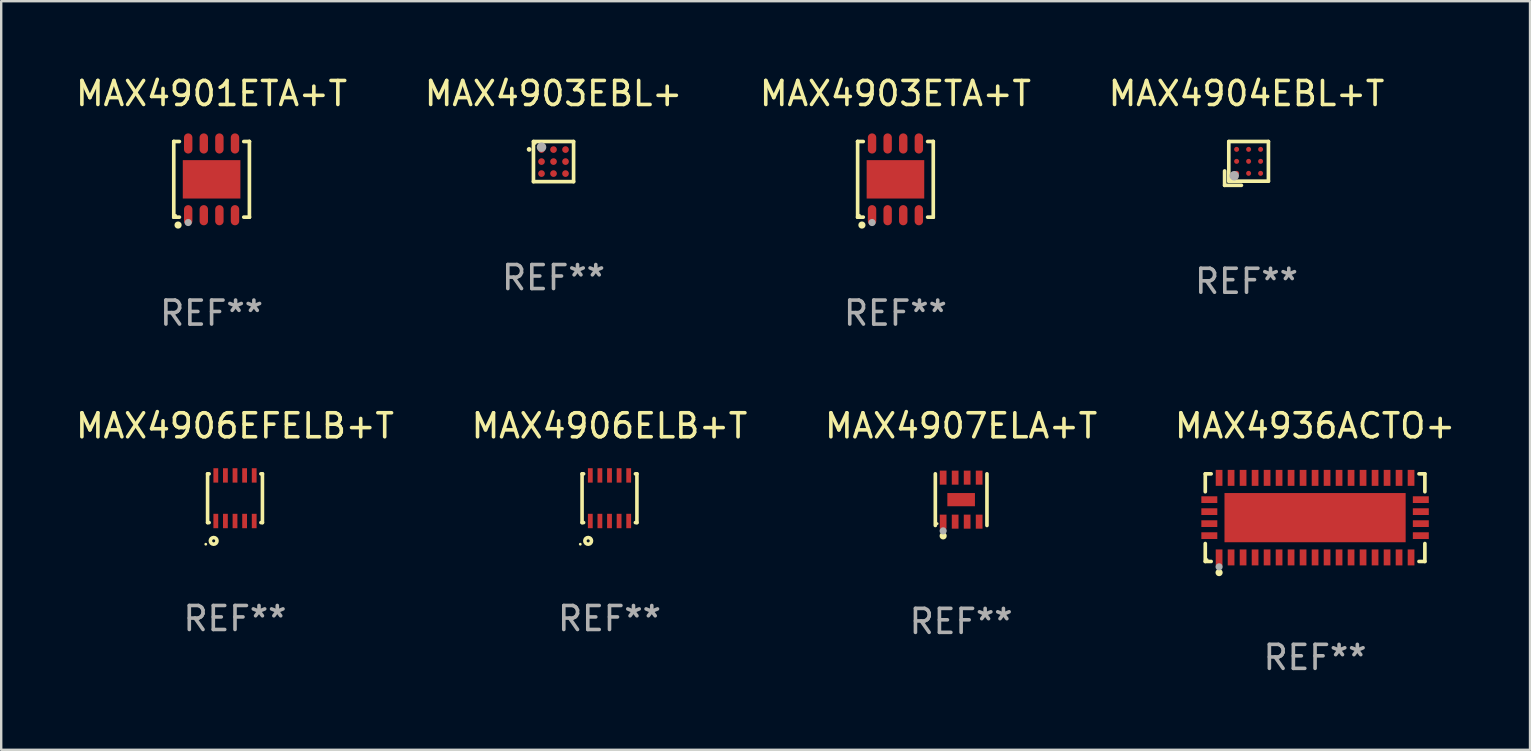
<source format=kicad_pcb>
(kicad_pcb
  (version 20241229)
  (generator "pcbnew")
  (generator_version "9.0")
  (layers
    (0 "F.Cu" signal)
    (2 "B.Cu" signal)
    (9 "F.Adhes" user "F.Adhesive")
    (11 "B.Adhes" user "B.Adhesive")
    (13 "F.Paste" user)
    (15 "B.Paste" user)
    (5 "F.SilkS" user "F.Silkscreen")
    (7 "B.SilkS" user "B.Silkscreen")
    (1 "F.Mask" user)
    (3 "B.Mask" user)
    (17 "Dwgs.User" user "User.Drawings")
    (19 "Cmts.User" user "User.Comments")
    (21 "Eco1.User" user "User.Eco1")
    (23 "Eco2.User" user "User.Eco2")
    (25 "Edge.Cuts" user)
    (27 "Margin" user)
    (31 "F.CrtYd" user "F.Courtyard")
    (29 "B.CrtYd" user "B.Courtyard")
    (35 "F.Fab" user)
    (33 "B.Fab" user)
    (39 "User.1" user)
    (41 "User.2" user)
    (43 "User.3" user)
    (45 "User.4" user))
  (footprint "MAX4901ETA+T"
    (layer "F.Cu")
    (at 5.768 4.424)
    (property "Reference" "MAX4901ETA+T" (at 0 -3.576 0) (layer "F.SilkS") (effects (font (size 1 1) (thickness 0.15))))
    (attr through_hole)
    (fp_line (start -1.576 -1.576) (end -1.576 -1.576) (stroke (width 0.152) (type solid)) (layer "F.SilkS"))
    (fp_line (start -1.576 -1.576) (end -1.341 -1.576) (stroke (width 0.152) (type solid)) (layer "F.SilkS"))
    (fp_line (start -1.576 1.576) (end -1.576 -1.576) (stroke (width 0.152) (type solid)) (layer "F.SilkS"))
    (fp_line (start -1.576 1.576) (end -1.576 1.576) (stroke (width 0.152) (type solid)) (layer "F.SilkS"))
    (fp_line (start -1.341 1.576) (end -1.576 1.576) (stroke (width 0.152) (type solid)) (layer "F.SilkS"))
    (fp_line (start 1.341 1.576) (end 1.576 1.576) (stroke (width 0.152) (type solid)) (layer "F.SilkS"))
    (fp_line (start 1.576 -1.576) (end 1.341 -1.576) (stroke (width 0.152) (type solid)) (layer "F.SilkS"))
    (fp_line (start 1.576 -1.576) (end 1.576 -1.576) (stroke (width 0.152) (type solid)) (layer "F.SilkS"))
    (fp_line (start 1.576 1.576) (end 1.576 -1.576) (stroke (width 0.152) (type solid)) (layer "F.SilkS"))
    (fp_line (start 1.576 1.576) (end 1.576 1.576) (stroke (width 0.152) (type solid)) (layer "F.SilkS"))
    (fp_circle (center -1.5 1.5) (end -1.47 1.5) (stroke (width 0.06) (type solid)) (fill no) (layer "F.SilkS"))
    (fp_circle (center -1.397 1.905) (end -1.322 1.905) (stroke (width 0.15) (type solid)) (fill no) (layer "F.SilkS"))
    (fp_circle (center -0.975 1.8) (end -0.9 1.8) (stroke (width 0.15) (type solid)) (fill no) (layer "F.Fab"))
    (fp_text user "REF**" (at 0 5.576 0) (layer "F.Fab") (effects (font (size 1 1) (thickness 0.15))))
    (pad "1" smd oval (at -0.975 1.495) (size 0.35 0.84) (layers "F.Cu" "F.Mask" "F.Paste"))
    (pad "2" smd oval (at -0.325 1.495) (size 0.35 0.84) (layers "F.Cu" "F.Mask" "F.Paste"))
    (pad "3" smd oval (at 0.325 1.495) (size 0.35 0.84) (layers "F.Cu" "F.Mask" "F.Paste"))
    (pad "4" smd oval (at 0.975 1.495) (size 0.35 0.84) (layers "F.Cu" "F.Mask" "F.Paste"))
    (pad "5" smd oval (at 0.975 -1.495) (size 0.35 0.84) (layers "F.Cu" "F.Mask" "F.Paste"))
    (pad "6" smd oval (at 0.325 -1.495) (size 0.35 0.84) (layers "F.Cu" "F.Mask" "F.Paste"))
    (pad "7" smd oval (at -0.325 -1.495) (size 0.35 0.84) (layers "F.Cu" "F.Mask" "F.Paste"))
    (pad "8" smd oval (at -0.975 -1.495) (size 0.35 0.84) (layers "F.Cu" "F.Mask" "F.Paste"))
    (pad "9" smd rect (at 0 0) (size 2.4 1.6) (layers "F.Cu" "F.Mask" "F.Paste")))
  (footprint "MAX4904EBL+T"
    (layer "F.Cu")
    (at 48.899 3.761)
    (property "Reference" "MAX4904EBL+T" (at 0 -2.913 0) (layer "F.SilkS") (effects (font (size 1 1) (thickness 0.15))))
    (attr through_hole)
    (fp_line (start -0.913 0.313) (end -0.913 0.913) (stroke (width 0.152) (type solid)) (layer "F.SilkS"))
    (fp_line (start -0.913 0.913) (end -0.213 0.913) (stroke (width 0.152) (type solid)) (layer "F.SilkS"))
    (fp_line (start -0.739 -0.913) (end 0.913 -0.913) (stroke (width 0.152) (type solid)) (layer "F.SilkS"))
    (fp_line (start -0.739 0.739) (end -0.739 -0.913) (stroke (width 0.152) (type solid)) (layer "F.SilkS"))
    (fp_line (start 0.913 -0.913) (end 0.913 0.739) (stroke (width 0.152) (type solid)) (layer "F.SilkS"))
    (fp_line (start 0.913 0.739) (end -0.739 0.739) (stroke (width 0.152) (type solid)) (layer "F.SilkS"))
    (fp_circle (center -0.663 0.663) (end -0.633 0.663) (stroke (width 0.06) (type solid)) (fill no) (layer "F.SilkS"))
    (fp_circle (center -0.513 0.513) (end -0.413 0.513) (stroke (width 0.2) (type solid)) (fill no) (layer "F.Fab"))
    (fp_text user "REF**" (at 0 4.913 0) (layer "F.Fab") (effects (font (size 1 1) (thickness 0.15))))
    (pad "A1" smd circle (at -0.413 0.413) (size 0.208 0.208) (layers "F.Cu" "F.Mask" "F.Paste"))
    (pad "A2" smd circle (at -0.413 -0.087) (size 0.208 0.208) (layers "F.Cu" "F.Mask" "F.Paste"))
    (pad "A3" smd circle (at -0.413 -0.587) (size 0.208 0.208) (layers "F.Cu" "F.Mask" "F.Paste"))
    (pad "B1" smd circle (at 0.087 0.413) (size 0.208 0.208) (layers "F.Cu" "F.Mask" "F.Paste"))
    (pad "B2" smd circle (at 0.087 -0.087) (size 0.208 0.208) (layers "F.Cu" "F.Mask" "F.Paste"))
    (pad "B3" smd circle (at 0.087 -0.587) (size 0.208 0.208) (layers "F.Cu" "F.Mask" "F.Paste"))
    (pad "C1" smd circle (at 0.587 0.413) (size 0.208 0.208) (layers "F.Cu" "F.Mask" "F.Paste"))
    (pad "C2" smd circle (at 0.587 -0.087) (size 0.208 0.208) (layers "F.Cu" "F.Mask" "F.Paste"))
    (pad "C3" smd circle (at 0.587 -0.587) (size 0.208 0.208) (layers "F.Cu" "F.Mask" "F.Paste")))
  (footprint "MAX4907ELA+T"
    (layer "F.Cu")
    (at 37.006 17.773)
    (property "Reference" "MAX4907ELA+T" (at 0 -3.076 0) (layer "F.SilkS") (effects (font (size 1 1) (thickness 0.15))))
    (attr through_hole)
    (fp_line (start -1.076 1.076) (end -1.076 -1.076) (stroke (width 0.152) (type solid)) (layer "F.SilkS"))
    (fp_line (start 1.076 1.076) (end 1.076 -1.076) (stroke (width 0.152) (type solid)) (layer "F.SilkS"))
    (fp_circle (center -1 1) (end -0.97 1) (stroke (width 0.06) (type solid)) (fill no) (layer "F.SilkS"))
    (fp_circle (center -0.75 1.51) (end -0.675 1.51) (stroke (width 0.15) (type solid)) (fill no) (layer "F.SilkS"))
    (fp_circle (center -0.75 1.3) (end -0.675 1.3) (stroke (width 0.15) (type solid)) (fill no) (layer "F.Fab"))
    (fp_text user "REF**" (at 0 5.076 0) (layer "F.Fab") (effects (font (size 1 1) (thickness 0.15))))
    (pad "1" smd rect (at -0.75 0.917) (size 0.28 0.585) (layers "F.Cu" "F.Mask" "F.Paste"))
    (pad "2" smd rect (at -0.25 0.917) (size 0.28 0.585) (layers "F.Cu" "F.Mask" "F.Paste"))
    (pad "3" smd rect (at 0.25 0.917) (size 0.28 0.585) (layers "F.Cu" "F.Mask" "F.Paste"))
    (pad "4" smd rect (at 0.75 0.917) (size 0.28 0.585) (layers "F.Cu" "F.Mask" "F.Paste"))
    (pad "5" smd rect (at 0.75 -0.917) (size 0.28 0.585) (layers "F.Cu" "F.Mask" "F.Paste"))
    (pad "6" smd rect (at 0.25 -0.917) (size 0.28 0.585) (layers "F.Cu" "F.Mask" "F.Paste"))
    (pad "7" smd rect (at -0.25 -0.917) (size 0.28 0.585) (layers "F.Cu" "F.Mask" "F.Paste"))
    (pad "8" smd rect (at -0.75 -0.917) (size 0.28 0.585) (layers "F.Cu" "F.Mask" "F.Paste"))
    (pad "9" smd rect (at 0 0) (size 1.15 0.55) (layers "F.Cu" "F.Mask" "F.Paste")))
  (footprint "MAX4903EBL+"
    (layer "F.Cu")
    (at 20.018 3.684)
    (property "Reference" "MAX4903EBL+" (at 0 -2.836 0) (layer "F.SilkS") (effects (font (size 1 1) (thickness 0.15))))
    (attr through_hole)
    (fp_line (start -0.836 -0.836) (end 0.836 -0.836) (stroke (width 0.152) (type solid)) (layer "F.SilkS"))
    (fp_line (start -0.836 0.836) (end -0.836 -0.836) (stroke (width 0.152) (type solid)) (layer "F.SilkS"))
    (fp_line (start 0.836 -0.836) (end 0.836 0.836) (stroke (width 0.152) (type solid)) (layer "F.SilkS"))
    (fp_line (start 0.836 0.836) (end -0.836 0.836) (stroke (width 0.152) (type solid)) (layer "F.SilkS"))
    (fp_circle (center -1.016 -0.508) (end -0.966 -0.508) (stroke (width 0.1) (type solid)) (fill no) (layer "F.SilkS"))
    (fp_circle (center -0.76 -0.76) (end -0.73 -0.76) (stroke (width 0.06) (type solid)) (fill no) (layer "F.SilkS"))
    (fp_circle (center -0.5 -0.6) (end -0.4 -0.6) (stroke (width 0.2) (type solid)) (fill no) (layer "F.Fab"))
    (fp_text user "REF**" (at 0 4.836 0) (layer "F.Fab") (effects (font (size 1 1) (thickness 0.15))))
    (pad "A1" smd circle (at -0.5 -0.5) (size 0.28 0.28) (layers "F.Cu" "F.Mask" "F.Paste"))
    (pad "A2" smd circle (at 0 -0.5) (size 0.28 0.28) (layers "F.Cu" "F.Mask" "F.Paste"))
    (pad "A3" smd circle (at 0.5 -0.5) (size 0.28 0.28) (layers "F.Cu" "F.Mask" "F.Paste"))
    (pad "B1" smd circle (at -0.5 0) (size 0.28 0.28) (layers "F.Cu" "F.Mask" "F.Paste"))
    (pad "B2" smd circle (at 0 0) (size 0.28 0.28) (layers "F.Cu" "F.Mask" "F.Paste"))
    (pad "B3" smd circle (at 0.5 0) (size 0.28 0.28) (layers "F.Cu" "F.Mask" "F.Paste"))
    (pad "C1" smd circle (at -0.5 0.5) (size 0.28 0.28) (layers "F.Cu" "F.Mask" "F.Paste"))
    (pad "C2" smd circle (at 0 0.5) (size 0.28 0.28) (layers "F.Cu" "F.Mask" "F.Paste"))
    (pad "C3" smd circle (at 0.5 0.5) (size 0.28 0.28) (layers "F.Cu" "F.Mask" "F.Paste")))
  (footprint "MAX4903ETA+T"
    (layer "F.Cu")
    (at 34.268 4.424)
    (property "Reference" "MAX4903ETA+T" (at 0 -3.576 0) (layer "F.SilkS") (effects (font (size 1 1) (thickness 0.15))))
    (attr through_hole)
    (fp_line (start -1.576 -1.576) (end -1.576 -1.576) (stroke (width 0.152) (type solid)) (layer "F.SilkS"))
    (fp_line (start -1.576 -1.576) (end -1.341 -1.576) (stroke (width 0.152) (type solid)) (layer "F.SilkS"))
    (fp_line (start -1.576 1.576) (end -1.576 -1.576) (stroke (width 0.152) (type solid)) (layer "F.SilkS"))
    (fp_line (start -1.576 1.576) (end -1.576 1.576) (stroke (width 0.152) (type solid)) (layer "F.SilkS"))
    (fp_line (start -1.341 1.576) (end -1.576 1.576) (stroke (width 0.152) (type solid)) (layer "F.SilkS"))
    (fp_line (start 1.341 1.576) (end 1.576 1.576) (stroke (width 0.152) (type solid)) (layer "F.SilkS"))
    (fp_line (start 1.576 -1.576) (end 1.341 -1.576) (stroke (width 0.152) (type solid)) (layer "F.SilkS"))
    (fp_line (start 1.576 -1.576) (end 1.576 -1.576) (stroke (width 0.152) (type solid)) (layer "F.SilkS"))
    (fp_line (start 1.576 1.576) (end 1.576 -1.576) (stroke (width 0.152) (type solid)) (layer "F.SilkS"))
    (fp_line (start 1.576 1.576) (end 1.576 1.576) (stroke (width 0.152) (type solid)) (layer "F.SilkS"))
    (fp_circle (center -1.5 1.5) (end -1.47 1.5) (stroke (width 0.06) (type solid)) (fill no) (layer "F.SilkS"))
    (fp_circle (center -1.397 1.905) (end -1.322 1.905) (stroke (width 0.15) (type solid)) (fill no) (layer "F.SilkS"))
    (fp_circle (center -0.975 1.8) (end -0.9 1.8) (stroke (width 0.15) (type solid)) (fill no) (layer "F.Fab"))
    (fp_text user "REF**" (at 0 5.576 0) (layer "F.Fab") (effects (font (size 1 1) (thickness 0.15))))
    (pad "1" smd oval (at -0.975 1.495) (size 0.35 0.84) (layers "F.Cu" "F.Mask" "F.Paste"))
    (pad "2" smd oval (at -0.325 1.495) (size 0.35 0.84) (layers "F.Cu" "F.Mask" "F.Paste"))
    (pad "3" smd oval (at 0.325 1.495) (size 0.35 0.84) (layers "F.Cu" "F.Mask" "F.Paste"))
    (pad "4" smd oval (at 0.975 1.495) (size 0.35 0.84) (layers "F.Cu" "F.Mask" "F.Paste"))
    (pad "5" smd oval (at 0.975 -1.495) (size 0.35 0.84) (layers "F.Cu" "F.Mask" "F.Paste"))
    (pad "6" smd oval (at 0.325 -1.495) (size 0.35 0.84) (layers "F.Cu" "F.Mask" "F.Paste"))
    (pad "7" smd oval (at -0.325 -1.495) (size 0.35 0.84) (layers "F.Cu" "F.Mask" "F.Paste"))
    (pad "8" smd oval (at -0.975 -1.495) (size 0.35 0.84) (layers "F.Cu" "F.Mask" "F.Paste"))
    (pad "9" smd rect (at 0 0) (size 2.4 1.6) (layers "F.Cu" "F.Mask" "F.Paste")))
  (footprint "MAX4906ELB+T"
    (layer "F.Cu")
    (at 22.351 17.713)
    (property "Reference" "MAX4906ELB+T" (at 0 -3.016 0) (layer "F.SilkS") (effects (font (size 1 1) (thickness 0.15))))
    (attr through_hole)
    (fp_line (start -1.143 -1.016) (end -1.143 1.016) (stroke (width 0.15) (type solid)) (layer "F.SilkS"))
    (fp_line (start -1.143 1.016) (end -1.079 1.016) (stroke (width 0.15) (type solid)) (layer "F.SilkS"))
    (fp_line (start -1.079 -1.016) (end -1.143 -1.016) (stroke (width 0.15) (type solid)) (layer "F.SilkS"))
    (fp_line (start 1.079 1.016) (end 1.143 1.016) (stroke (width 0.15) (type solid)) (layer "F.SilkS"))
    (fp_line (start 1.143 -1.016) (end 1.079 -1.016) (stroke (width 0.15) (type solid)) (layer "F.SilkS"))
    (fp_line (start 1.143 1.016) (end 1.143 -1.016) (stroke (width 0.15) (type solid)) (layer "F.SilkS"))
    (fp_circle (center -1.218 1.917) (end -1.188 1.917) (stroke (width 0.06) (type solid)) (fill no) (layer "F.SilkS"))
    (fp_circle (center -0.889 1.778) (end -0.825 1.778) (stroke (width 0.15) (type solid)) (fill no) (layer "F.SilkS"))
    (fp_text user "REF**" (at 0 5.016 0) (layer "F.Fab") (effects (font (size 1 1) (thickness 0.15))))
    (pad "1" smd rect (at -0.8 0.95) (size 0.2 0.6) (layers "F.Cu" "F.Mask" "F.Paste"))
    (pad "2" smd rect (at -0.4 0.95) (size 0.2 0.6) (layers "F.Cu" "F.Mask" "F.Paste"))
    (pad "3" smd rect (at 0.000127 0.95) (size 0.2 0.6) (layers "F.Cu" "F.Mask" "F.Paste"))
    (pad "4" smd rect (at 0.4 0.95) (size 0.2 0.6) (layers "F.Cu" "F.Mask" "F.Paste"))
    (pad "5" smd rect (at 0.8 0.95) (size 0.2 0.6) (layers "F.Cu" "F.Mask" "F.Paste"))
    (pad "6" smd rect (at 0.8 -0.95) (size 0.2 0.6) (layers "F.Cu" "F.Mask" "F.Paste"))
    (pad "7" smd rect (at 0.4 -0.95) (size 0.2 0.6) (layers "F.Cu" "F.Mask" "F.Paste"))
    (pad "8" smd rect (at 0.000127 -0.95) (size 0.2 0.6) (layers "F.Cu" "F.Mask" "F.Paste"))
    (pad "9" smd rect (at -0.4 -0.95) (size 0.2 0.6) (layers "F.Cu" "F.Mask" "F.Paste"))
    (pad "10" smd rect (at -0.8 -0.95) (size 0.2 0.6) (layers "F.Cu" "F.Mask" "F.Paste")))
  (footprint "MAX4906EFELB+T"
    (layer "F.Cu")
    (at 6.744 17.713)
    (property "Reference" "MAX4906EFELB+T" (at 0 -3.016 0) (layer "F.SilkS") (effects (font (size 1 1) (thickness 0.15))))
    (attr through_hole)
    (fp_line (start -1.143 -1.016) (end -1.143 1.016) (stroke (width 0.15) (type solid)) (layer "F.SilkS"))
    (fp_line (start -1.143 1.016) (end -1.079 1.016) (stroke (width 0.15) (type solid)) (layer "F.SilkS"))
    (fp_line (start -1.079 -1.016) (end -1.143 -1.016) (stroke (width 0.15) (type solid)) (layer "F.SilkS"))
    (fp_line (start 1.079 1.016) (end 1.143 1.016) (stroke (width 0.15) (type solid)) (layer "F.SilkS"))
    (fp_line (start 1.143 -1.016) (end 1.079 -1.016) (stroke (width 0.15) (type solid)) (layer "F.SilkS"))
    (fp_line (start 1.143 1.016) (end 1.143 -1.016) (stroke (width 0.15) (type solid)) (layer "F.SilkS"))
    (fp_circle (center -1.218 1.917) (end -1.188 1.917) (stroke (width 0.06) (type solid)) (fill no) (layer "F.SilkS"))
    (fp_circle (center -0.889 1.778) (end -0.825 1.778) (stroke (width 0.15) (type solid)) (fill no) (layer "F.SilkS"))
    (fp_text user "REF**" (at 0 5.016 0) (layer "F.Fab") (effects (font (size 1 1) (thickness 0.15))))
    (pad "1" smd rect (at -0.8 0.95) (size 0.2 0.6) (layers "F.Cu" "F.Mask" "F.Paste"))
    (pad "2" smd rect (at -0.4 0.95) (size 0.2 0.6) (layers "F.Cu" "F.Mask" "F.Paste"))
    (pad "3" smd rect (at 0.000127 0.95) (size 0.2 0.6) (layers "F.Cu" "F.Mask" "F.Paste"))
    (pad "4" smd rect (at 0.4 0.95) (size 0.2 0.6) (layers "F.Cu" "F.Mask" "F.Paste"))
    (pad "5" smd rect (at 0.8 0.95) (size 0.2 0.6) (layers "F.Cu" "F.Mask" "F.Paste"))
    (pad "6" smd rect (at 0.8 -0.95) (size 0.2 0.6) (layers "F.Cu" "F.Mask" "F.Paste"))
    (pad "7" smd rect (at 0.4 -0.95) (size 0.2 0.6) (layers "F.Cu" "F.Mask" "F.Paste"))
    (pad "8" smd rect (at 0.000127 -0.95) (size 0.2 0.6) (layers "F.Cu" "F.Mask" "F.Paste"))
    (pad "9" smd rect (at -0.4 -0.95) (size 0.2 0.6) (layers "F.Cu" "F.Mask" "F.Paste"))
    (pad "10" smd rect (at -0.8 -0.95) (size 0.2 0.6) (layers "F.Cu" "F.Mask" "F.Paste")))
  (footprint "MAX4936ACTO+"
    (layer "F.Cu")
    (at 51.756 18.523)
    (property "Reference" "MAX4936ACTO+" (at 0 -3.826 0) (layer "F.SilkS") (effects (font (size 1 1) (thickness 0.15))))
    (attr through_hole)
    (fp_line (start -4.576 -1.826) (end -4.331 -1.826) (stroke (width 0.152) (type solid)) (layer "F.SilkS"))
    (fp_line (start -4.576 -1.08) (end -4.576 -1.826) (stroke (width 0.152) (type solid)) (layer "F.SilkS"))
    (fp_line (start -4.576 1.08) (end -4.576 1.826) (stroke (width 0.152) (type solid)) (layer "F.SilkS"))
    (fp_line (start -4.576 1.826) (end -4.331 1.826) (stroke (width 0.152) (type solid)) (layer "F.SilkS"))
    (fp_line (start 4.576 -1.826) (end 4.331 -1.826) (stroke (width 0.152) (type solid)) (layer "F.SilkS"))
    (fp_line (start 4.576 -1.08) (end 4.576 -1.826) (stroke (width 0.152) (type solid)) (layer "F.SilkS"))
    (fp_line (start 4.576 1.08) (end 4.576 1.826) (stroke (width 0.152) (type solid)) (layer "F.SilkS"))
    (fp_line (start 4.576 1.826) (end 4.331 1.826) (stroke (width 0.152) (type solid)) (layer "F.SilkS"))
    (fp_circle (center -4.5 1.75) (end -4.47 1.75) (stroke (width 0.06) (type solid)) (fill no) (layer "F.SilkS"))
    (fp_circle (center -4 2.29) (end -3.925 2.29) (stroke (width 0.15) (type solid)) (fill no) (layer "F.SilkS"))
    (fp_circle (center -4 2.05) (end -3.925 2.05) (stroke (width 0.15) (type solid)) (fill no) (layer "F.Fab"))
    (fp_text user "REF**" (at 0 5.826 0) (layer "F.Fab") (effects (font (size 1 1) (thickness 0.15))))
    (pad "1" smd rect (at -4 1.658) (size 0.28 0.665) (layers "F.Cu" "F.Mask" "F.Paste"))
    (pad "2" smd rect (at -3.5 1.658) (size 0.28 0.665) (layers "F.Cu" "F.Mask" "F.Paste"))
    (pad "3" smd rect (at -3 1.658) (size 0.28 0.665) (layers "F.Cu" "F.Mask" "F.Paste"))
    (pad "4" smd rect (at -2.5 1.658) (size 0.28 0.665) (layers "F.Cu" "F.Mask" "F.Paste"))
    (pad "5" smd rect (at -2 1.658) (size 0.28 0.665) (layers "F.Cu" "F.Mask" "F.Paste"))
    (pad "6" smd rect (at -1.5 1.658) (size 0.28 0.665) (layers "F.Cu" "F.Mask" "F.Paste"))
    (pad "7" smd rect (at -1 1.658) (size 0.28 0.665) (layers "F.Cu" "F.Mask" "F.Paste"))
    (pad "8" smd rect (at -0.5 1.658) (size 0.28 0.665) (layers "F.Cu" "F.Mask" "F.Paste"))
    (pad "9" smd rect (at 0 1.658) (size 0.28 0.665) (layers "F.Cu" "F.Mask" "F.Paste"))
    (pad "10" smd rect (at 0.5 1.658) (size 0.28 0.665) (layers "F.Cu" "F.Mask" "F.Paste"))
    (pad "11" smd rect (at 1 1.658) (size 0.28 0.665) (layers "F.Cu" "F.Mask" "F.Paste"))
    (pad "12" smd rect (at 1.5 1.658) (size 0.28 0.665) (layers "F.Cu" "F.Mask" "F.Paste"))
    (pad "13" smd rect (at 2 1.658) (size 0.28 0.665) (layers "F.Cu" "F.Mask" "F.Paste"))
    (pad "14" smd rect (at 2.5 1.658) (size 0.28 0.665) (layers "F.Cu" "F.Mask" "F.Paste"))
    (pad "15" smd rect (at 3 1.658) (size 0.28 0.665) (layers "F.Cu" "F.Mask" "F.Paste"))
    (pad "16" smd rect (at 3.5 1.658) (size 0.28 0.665) (layers "F.Cu" "F.Mask" "F.Paste"))
    (pad "17" smd rect (at 4 1.658) (size 0.28 0.665) (layers "F.Cu" "F.Mask" "F.Paste"))
    (pad "18" smd rect (at 4.407 0.75) (size 0.665 0.28) (layers "F.Cu" "F.Mask" "F.Paste"))
    (pad "19" smd rect (at 4.407 0.25) (size 0.665 0.28) (layers "F.Cu" "F.Mask" "F.Paste"))
    (pad "20" smd rect (at 4.407 -0.25) (size 0.665 0.28) (layers "F.Cu" "F.Mask" "F.Paste"))
    (pad "21" smd rect (at 4.407 -0.75) (size 0.665 0.28) (layers "F.Cu" "F.Mask" "F.Paste"))
    (pad "22" smd rect (at 4 -1.658) (size 0.28 0.665) (layers "F.Cu" "F.Mask" "F.Paste"))
    (pad "23" smd rect (at 3.5 -1.658) (size 0.28 0.665) (layers "F.Cu" "F.Mask" "F.Paste"))
    (pad "24" smd rect (at 3 -1.658) (size 0.28 0.665) (layers "F.Cu" "F.Mask" "F.Paste"))
    (pad "25" smd rect (at 2.5 -1.658) (size 0.28 0.665) (layers "F.Cu" "F.Mask" "F.Paste"))
    (pad "26" smd rect (at 2 -1.658) (size 0.28 0.665) (layers "F.Cu" "F.Mask" "F.Paste"))
    (pad "27" smd rect (at 1.5 -1.658) (size 0.28 0.665) (layers "F.Cu" "F.Mask" "F.Paste"))
    (pad "28" smd rect (at 1 -1.658) (size 0.28 0.665) (layers "F.Cu" "F.Mask" "F.Paste"))
    (pad "29" smd rect (at 0.5 -1.658) (size 0.28 0.665) (layers "F.Cu" "F.Mask" "F.Paste"))
    (pad "30" smd rect (at 0 -1.658) (size 0.28 0.665) (layers "F.Cu" "F.Mask" "F.Paste"))
    (pad "31" smd rect (at -0.5 -1.658) (size 0.28 0.665) (layers "F.Cu" "F.Mask" "F.Paste"))
    (pad "32" smd rect (at -1 -1.658) (size 0.28 0.665) (layers "F.Cu" "F.Mask" "F.Paste"))
    (pad "33" smd rect (at -1.5 -1.658) (size 0.28 0.665) (layers "F.Cu" "F.Mask" "F.Paste"))
    (pad "34" smd rect (at -2 -1.658) (size 0.28 0.665) (layers "F.Cu" "F.Mask" "F.Paste"))
    (pad "35" smd rect (at -2.5 -1.658) (size 0.28 0.665) (layers "F.Cu" "F.Mask" "F.Paste"))
    (pad "36" smd rect (at -3 -1.658) (size 0.28 0.665) (layers "F.Cu" "F.Mask" "F.Paste"))
    (pad "37" smd rect (at -3.5 -1.658) (size 0.28 0.665) (layers "F.Cu" "F.Mask" "F.Paste"))
    (pad "38" smd rect (at -4 -1.658) (size 0.28 0.665) (layers "F.Cu" "F.Mask" "F.Paste"))
    (pad "39" smd rect (at -4.407 -0.75) (size 0.665 0.28) (layers "F.Cu" "F.Mask" "F.Paste"))
    (pad "40" smd rect (at -4.407 -0.25) (size 0.665 0.28) (layers "F.Cu" "F.Mask" "F.Paste"))
    (pad "41" smd rect (at -4.407 0.25) (size 0.665 0.28) (layers "F.Cu" "F.Mask" "F.Paste"))
    (pad "42" smd rect (at -4.407 0.75) (size 0.665 0.28) (layers "F.Cu" "F.Mask" "F.Paste"))
    (pad "43" smd rect (at 0 0) (size 7.55 2.05) (layers "F.Cu" "F.Mask" "F.Paste")))
  (gr_rect
    (start -3 -3)
    (end 60.714 28.198)
    (stroke (width 0.1) (type default))
    (fill no)
    (layer "Edge.Cuts")))
</source>
